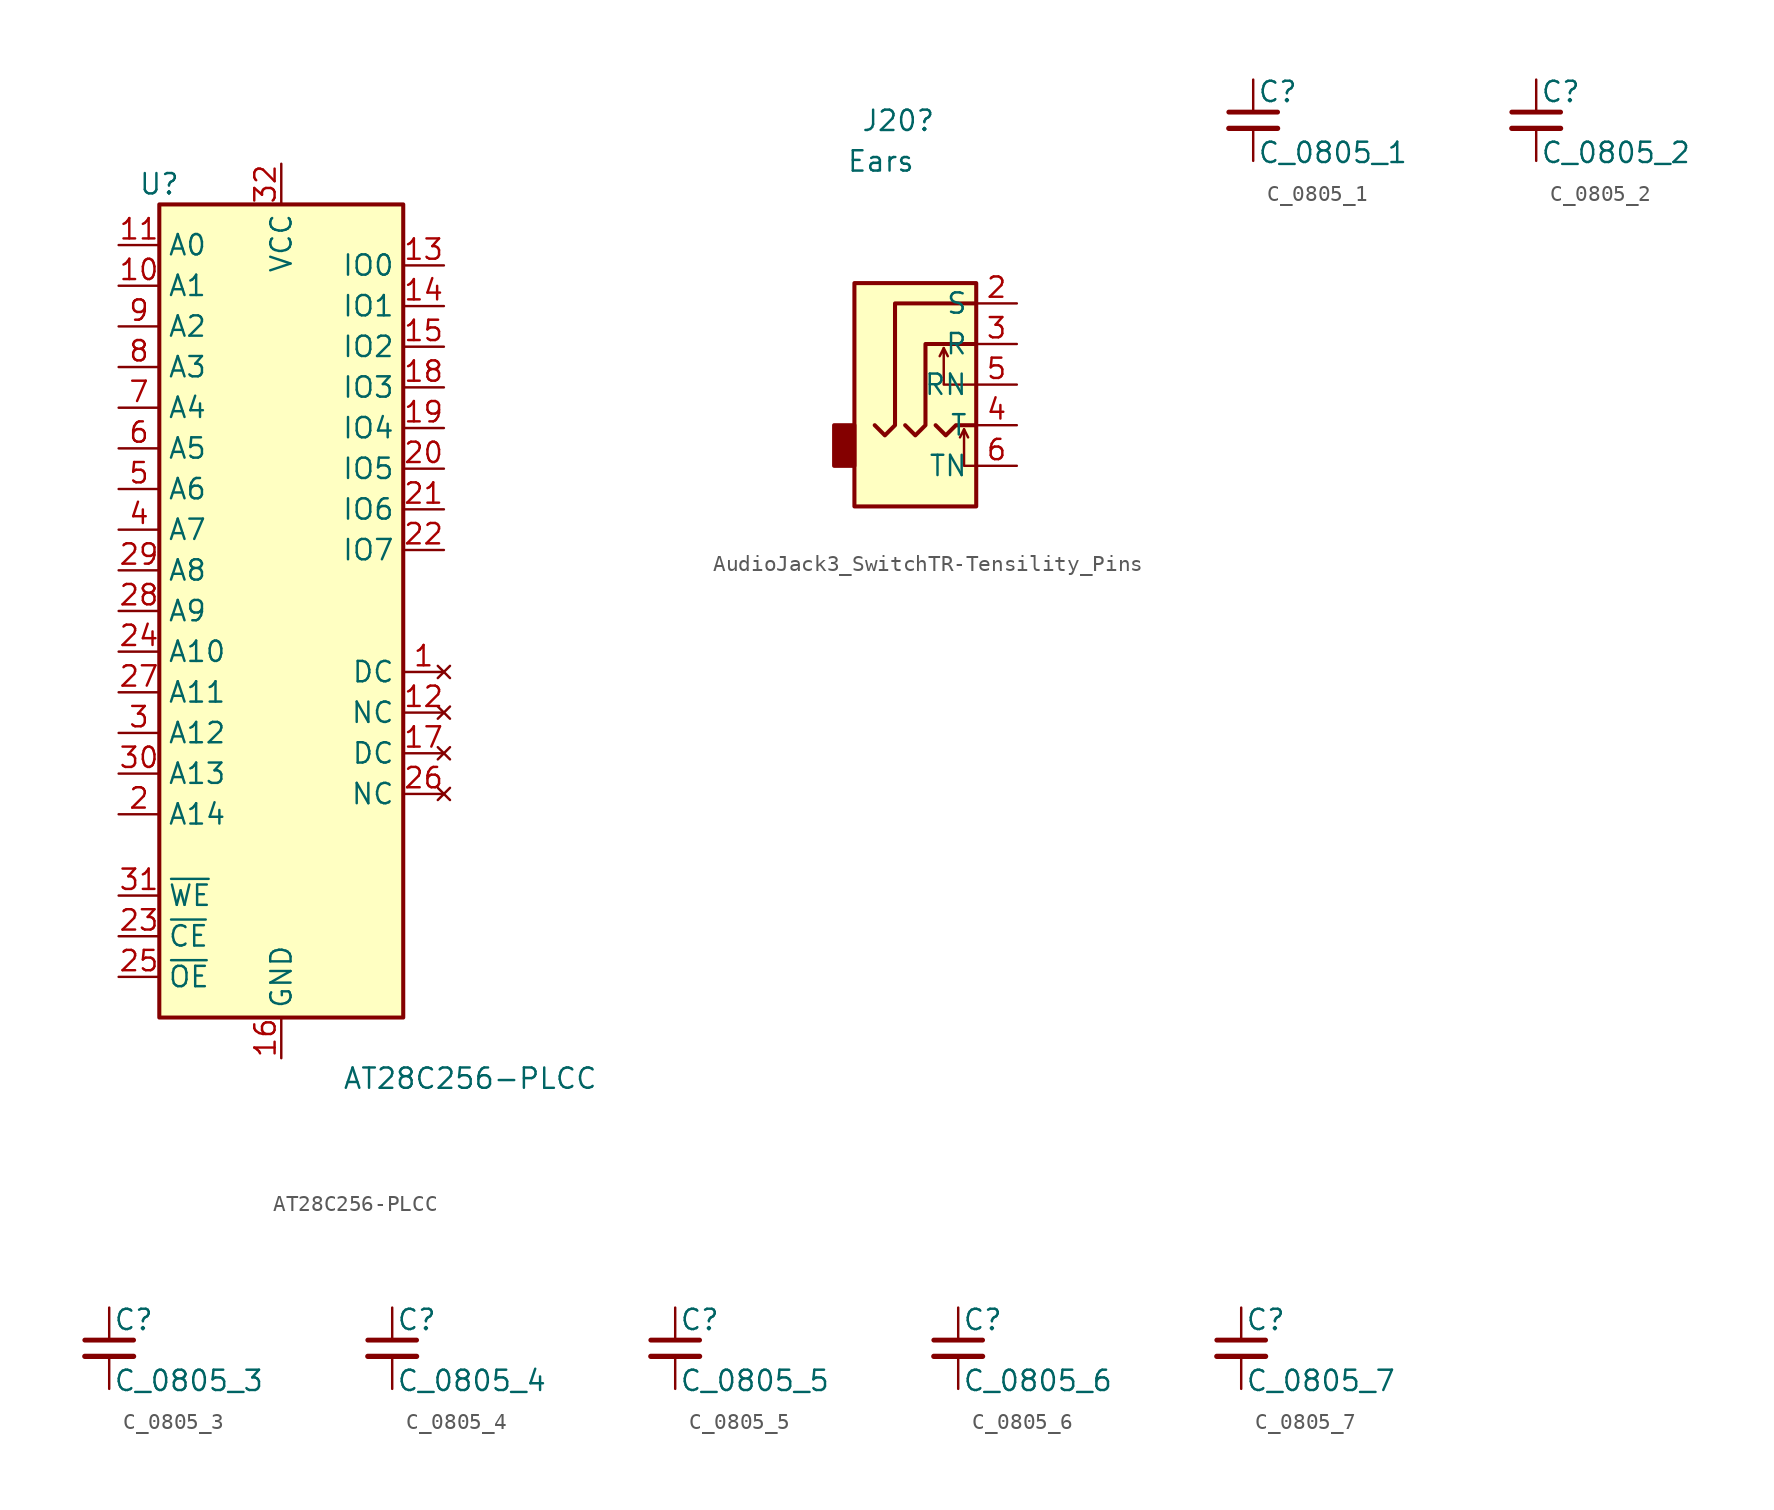
<source format=kicad_sym>
(kicad_symbol_lib
  (version 20220914)
  (generator kicad_symbol_editor)
  (symbol "AT28C256-PLCC"
    (property "Reference" "U"
      (at -7.62 26.67 0)
      (effects (font (size 1.27 1.27))))
    (property "Value" "AT28C256-PLCC"
      (at 3.81 -29.21 0)
      (effects (font (size 1.27 1.27)) (justify left)))
    (symbol "AT28C256-PLCC_1_1"
      (rectangle (start -7.62 25.4) (end 7.62 -25.4) (stroke (width 0.254) (type default)) (fill (type background)))
      (pin no_connect line (at 10.16 -3.81 180) (length 2.54) (name "DC" (effects (font (size 1.27 1.27)))) (number "1" (effects (font (size 1.27 1.27)))))
      (pin input line (at -10.16 20.32 0) (length 2.54) (name "A1" (effects (font (size 1.27 1.27)))) (number "10" (effects (font (size 1.27 1.27)))))
      (pin input line (at -10.16 22.86 0) (length 2.54) (name "A0" (effects (font (size 1.27 1.27)))) (number "11" (effects (font (size 1.27 1.27)))))
      (pin no_connect line (at 10.16 -6.35 180) (length 2.54) (name "NC" (effects (font (size 1.27 1.27)))) (number "12" (effects (font (size 1.27 1.27)))))
      (pin tri_state line (at 10.16 21.59 180) (length 2.54) (name "IO0" (effects (font (size 1.27 1.27)))) (number "13" (effects (font (size 1.27 1.27)))))
      (pin tri_state line (at 10.16 19.05 180) (length 2.54) (name "IO1" (effects (font (size 1.27 1.27)))) (number "14" (effects (font (size 1.27 1.27)))))
      (pin tri_state line (at 10.16 16.51 180) (length 2.54) (name "IO2" (effects (font (size 1.27 1.27)))) (number "15" (effects (font (size 1.27 1.27)))))
      (pin power_in line (at 0 -27.94 90) (length 2.54) (name "GND" (effects (font (size 1.27 1.27)))) (number "16" (effects (font (size 1.27 1.27)))))
      (pin no_connect line (at 10.16 -8.89 180) (length 2.54) (name "DC" (effects (font (size 1.27 1.27)))) (number "17" (effects (font (size 1.27 1.27)))))
      (pin tri_state line (at 10.16 13.97 180) (length 2.54) (name "IO3" (effects (font (size 1.27 1.27)))) (number "18" (effects (font (size 1.27 1.27)))))
      (pin tri_state line (at 10.16 11.43 180) (length 2.54) (name "IO4" (effects (font (size 1.27 1.27)))) (number "19" (effects (font (size 1.27 1.27)))))
      (pin input line (at -10.16 -12.7 0) (length 2.54) (name "A14" (effects (font (size 1.27 1.27)))) (number "2" (effects (font (size 1.27 1.27)))))
      (pin tri_state line (at 10.16 8.89 180) (length 2.54) (name "IO5" (effects (font (size 1.27 1.27)))) (number "20" (effects (font (size 1.27 1.27)))))
      (pin tri_state line (at 10.16 6.35 180) (length 2.54) (name "IO6" (effects (font (size 1.27 1.27)))) (number "21" (effects (font (size 1.27 1.27)))))
      (pin tri_state line (at 10.16 3.81 180) (length 2.54) (name "IO7" (effects (font (size 1.27 1.27)))) (number "22" (effects (font (size 1.27 1.27)))))
      (pin input line (at -10.16 -20.32 0) (length 2.54) (name "~{CE}" (effects (font (size 1.27 1.27)))) (number "23" (effects (font (size 1.27 1.27)))))
      (pin input line (at -10.16 -2.54 0) (length 2.54) (name "A10" (effects (font (size 1.27 1.27)))) (number "24" (effects (font (size 1.27 1.27)))))
      (pin input line (at -10.16 -22.86 0) (length 2.54) (name "~{OE}" (effects (font (size 1.27 1.27)))) (number "25" (effects (font (size 1.27 1.27)))))
      (pin no_connect line (at 10.16 -11.43 180) (length 2.54) (name "NC" (effects (font (size 1.27 1.27)))) (number "26" (effects (font (size 1.27 1.27)))))
      (pin input line (at -10.16 -5.08 0) (length 2.54) (name "A11" (effects (font (size 1.27 1.27)))) (number "27" (effects (font (size 1.27 1.27)))))
      (pin input line (at -10.16 0 0) (length 2.54) (name "A9" (effects (font (size 1.27 1.27)))) (number "28" (effects (font (size 1.27 1.27)))))
      (pin input line (at -10.16 2.54 0) (length 2.54) (name "A8" (effects (font (size 1.27 1.27)))) (number "29" (effects (font (size 1.27 1.27)))))
      (pin input line (at -10.16 -7.62 0) (length 2.54) (name "A12" (effects (font (size 1.27 1.27)))) (number "3" (effects (font (size 1.27 1.27)))))
      (pin input line (at -10.16 -10.16 0) (length 2.54) (name "A13" (effects (font (size 1.27 1.27)))) (number "30" (effects (font (size 1.27 1.27)))))
      (pin input line (at -10.16 -17.78 0) (length 2.54) (name "~{WE}" (effects (font (size 1.27 1.27)))) (number "31" (effects (font (size 1.27 1.27)))))
      (pin power_in line (at 0 27.94 270) (length 2.54) (name "VCC" (effects (font (size 1.27 1.27)))) (number "32" (effects (font (size 1.27 1.27)))))
      (pin input line (at -10.16 5.08 0) (length 2.54) (name "A7" (effects (font (size 1.27 1.27)))) (number "4" (effects (font (size 1.27 1.27)))))
      (pin input line (at -10.16 7.62 0) (length 2.54) (name "A6" (effects (font (size 1.27 1.27)))) (number "5" (effects (font (size 1.27 1.27)))))
      (pin input line (at -10.16 10.16 0) (length 2.54) (name "A5" (effects (font (size 1.27 1.27)))) (number "6" (effects (font (size 1.27 1.27)))))
      (pin input line (at -10.16 12.7 0) (length 2.54) (name "A4" (effects (font (size 1.27 1.27)))) (number "7" (effects (font (size 1.27 1.27)))))
      (pin input line (at -10.16 15.24 0) (length 2.54) (name "A3" (effects (font (size 1.27 1.27)))) (number "8" (effects (font (size 1.27 1.27)))))
      (pin input line (at -10.16 17.78 0) (length 2.54) (name "A2" (effects (font (size 1.27 1.27)))) (number "9" (effects (font (size 1.27 1.27)))))))
  (symbol "AudioJack3_SwitchTR-Tensility_Pins"
    (property "Reference" "J20"
      (at 0 13.97 0)
      (effects (font (size 1.27 1.27)) (justify right)))
    (property "Value" "Ears"
      (at -1.27 11.43 0)
      (effects (font (size 1.27 1.27)) (justify right)))
    (symbol "AudioJack3_SwitchTR-Tensility_Pins_0_1"
      (rectangle (start -5.08 -5.08) (end -6.35 -7.62) (stroke (width 0.254) (type default)) (fill (type outline)))
      (polyline (pts (xy 0.508 -0.254) (xy 0.762 -0.762)) (stroke (width 0) (type default)) (fill (type none)))
      (polyline (pts (xy 1.778 -5.334) (xy 2.032 -5.842)) (stroke (width 0) (type default)) (fill (type none)))
      (polyline (pts (xy 0 -5.08) (xy 0.635 -5.715) (xy 1.27 -5.08) (xy 2.54 -5.08)) (stroke (width 0.254) (type default)) (fill (type none)))
      (polyline (pts (xy 2.54 -7.62) (xy 1.778 -7.62) (xy 1.778 -5.334) (xy 1.524 -5.842)) (stroke (width 0) (type default)) (fill (type none)))
      (polyline (pts (xy 2.54 -2.54) (xy 0.508 -2.54) (xy 0.508 -0.254) (xy 0.254 -0.762)) (stroke (width 0) (type default)) (fill (type none)))
      (polyline (pts (xy -1.905 -5.08) (xy -1.27 -5.715) (xy -0.635 -5.08) (xy -0.635 0) (xy 2.54 0)) (stroke (width 0.254) (type default)) (fill (type none)))
      (polyline (pts (xy 2.54 2.54) (xy -2.54 2.54) (xy -2.54 -5.08) (xy -3.175 -5.715) (xy -3.81 -5.08)) (stroke (width 0.254) (type default)) (fill (type none)))
      (rectangle (start 2.54 3.81) (end -5.08 -10.16) (stroke (width 0.254) (type default)) (fill (type background))))
    (symbol "AudioJack3_SwitchTR-Tensility_Pins_1_1"
      (pin passive line (at 5.08 2.54 180) (length 2.54) (name "S" (effects (font (size 1.27 1.27)))) (number "2" (effects (font (size 1.27 1.27)))))
      (pin passive line (at 5.08 0 180) (length 2.54) (name "R" (effects (font (size 1.27 1.27)))) (number "3" (effects (font (size 1.27 1.27)))))
      (pin passive line (at 5.08 -5.08 180) (length 2.54) (name "T" (effects (font (size 1.27 1.27)))) (number "4" (effects (font (size 1.27 1.27)))))
      (pin passive line (at 5.08 -2.54 180) (length 2.54) (name "RN" (effects (font (size 1.27 1.27)))) (number "5" (effects (font (size 1.27 1.27)))))
      (pin passive line (at 5.08 -7.62 180) (length 2.54) (name "TN" (effects (font (size 1.27 1.27)))) (number "6" (effects (font (size 1.27 1.27)))))))
  (symbol "C_0805_1"
    (pin_numbers hide)
    (pin_names
      (offset 0.254) hide)
    (property "Reference" "C"
      (at 0.254 1.778 0)
      (effects (font (size 1.27 1.27)) (justify left)))
    (property "Value" "C_0805_1"
      (at 0.254 -2.032 0)
      (effects (font (size 1.27 1.27)) (justify left)))
    (symbol "C_0805_1_0_1"
      (polyline (pts (xy -1.524 -0.508) (xy 1.524 -0.508)) (stroke (width 0.33) (type default)) (fill (type none)))
      (polyline (pts (xy -1.524 0.508) (xy 1.524 0.508)) (stroke (width 0.305) (type default)) (fill (type none))))
    (symbol "C_0805_1_1_1"
      (pin passive line (at 0 2.54 270) (length 2.032) (name "~" (effects (font (size 1.27 1.27)))) (number "1" (effects (font (size 1.27 1.27)))))
      (pin passive line (at 0 -2.54 90) (length 2.032) (name "~" (effects (font (size 1.27 1.27)))) (number "2" (effects (font (size 1.27 1.27)))))))
  (symbol "C_0805_2"
    (pin_numbers hide)
    (pin_names
      (offset 0.254) hide)
    (property "Reference" "C"
      (at 0.254 1.778 0)
      (effects (font (size 1.27 1.27)) (justify left)))
    (property "Value" "C_0805_2"
      (at 0.254 -2.032 0)
      (effects (font (size 1.27 1.27)) (justify left)))
    (symbol "C_0805_2_0_1"
      (polyline (pts (xy -1.524 -0.508) (xy 1.524 -0.508)) (stroke (width 0.33) (type default)) (fill (type none)))
      (polyline (pts (xy -1.524 0.508) (xy 1.524 0.508)) (stroke (width 0.305) (type default)) (fill (type none))))
    (symbol "C_0805_2_1_1"
      (pin passive line (at 0 2.54 270) (length 2.032) (name "~" (effects (font (size 1.27 1.27)))) (number "1" (effects (font (size 1.27 1.27)))))
      (pin passive line (at 0 -2.54 90) (length 2.032) (name "~" (effects (font (size 1.27 1.27)))) (number "2" (effects (font (size 1.27 1.27)))))))
  (symbol "C_0805_3"
    (pin_numbers hide)
    (pin_names
      (offset 0.254) hide)
    (property "Reference" "C"
      (at 0.254 1.778 0)
      (effects (font (size 1.27 1.27)) (justify left)))
    (property "Value" "C_0805_3"
      (at 0.254 -2.032 0)
      (effects (font (size 1.27 1.27)) (justify left)))
    (symbol "C_0805_3_0_1"
      (polyline (pts (xy -1.524 -0.508) (xy 1.524 -0.508)) (stroke (width 0.33) (type default)) (fill (type none)))
      (polyline (pts (xy -1.524 0.508) (xy 1.524 0.508)) (stroke (width 0.305) (type default)) (fill (type none))))
    (symbol "C_0805_3_1_1"
      (pin passive line (at 0 2.54 270) (length 2.032) (name "~" (effects (font (size 1.27 1.27)))) (number "1" (effects (font (size 1.27 1.27)))))
      (pin passive line (at 0 -2.54 90) (length 2.032) (name "~" (effects (font (size 1.27 1.27)))) (number "2" (effects (font (size 1.27 1.27)))))))
  (symbol "C_0805_4"
    (pin_numbers hide)
    (pin_names
      (offset 0.254) hide)
    (property "Reference" "C"
      (at 0.254 1.778 0)
      (effects (font (size 1.27 1.27)) (justify left)))
    (property "Value" "C_0805_4"
      (at 0.254 -2.032 0)
      (effects (font (size 1.27 1.27)) (justify left)))
    (symbol "C_0805_4_0_1"
      (polyline (pts (xy -1.524 -0.508) (xy 1.524 -0.508)) (stroke (width 0.33) (type default)) (fill (type none)))
      (polyline (pts (xy -1.524 0.508) (xy 1.524 0.508)) (stroke (width 0.305) (type default)) (fill (type none))))
    (symbol "C_0805_4_1_1"
      (pin passive line (at 0 2.54 270) (length 2.032) (name "~" (effects (font (size 1.27 1.27)))) (number "1" (effects (font (size 1.27 1.27)))))
      (pin passive line (at 0 -2.54 90) (length 2.032) (name "~" (effects (font (size 1.27 1.27)))) (number "2" (effects (font (size 1.27 1.27)))))))
  (symbol "C_0805_5"
    (pin_numbers hide)
    (pin_names
      (offset 0.254) hide)
    (property "Reference" "C"
      (at 0.254 1.778 0)
      (effects (font (size 1.27 1.27)) (justify left)))
    (property "Value" "C_0805_5"
      (at 0.254 -2.032 0)
      (effects (font (size 1.27 1.27)) (justify left)))
    (symbol "C_0805_5_0_1"
      (polyline (pts (xy -1.524 -0.508) (xy 1.524 -0.508)) (stroke (width 0.33) (type default)) (fill (type none)))
      (polyline (pts (xy -1.524 0.508) (xy 1.524 0.508)) (stroke (width 0.305) (type default)) (fill (type none))))
    (symbol "C_0805_5_1_1"
      (pin passive line (at 0 2.54 270) (length 2.032) (name "~" (effects (font (size 1.27 1.27)))) (number "1" (effects (font (size 1.27 1.27)))))
      (pin passive line (at 0 -2.54 90) (length 2.032) (name "~" (effects (font (size 1.27 1.27)))) (number "2" (effects (font (size 1.27 1.27)))))))
  (symbol "C_0805_6"
    (pin_numbers hide)
    (pin_names
      (offset 0.254) hide)
    (property "Reference" "C"
      (at 0.254 1.778 0)
      (effects (font (size 1.27 1.27)) (justify left)))
    (property "Value" "C_0805_6"
      (at 0.254 -2.032 0)
      (effects (font (size 1.27 1.27)) (justify left)))
    (symbol "C_0805_6_0_1"
      (polyline (pts (xy -1.524 -0.508) (xy 1.524 -0.508)) (stroke (width 0.33) (type default)) (fill (type none)))
      (polyline (pts (xy -1.524 0.508) (xy 1.524 0.508)) (stroke (width 0.305) (type default)) (fill (type none))))
    (symbol "C_0805_6_1_1"
      (pin passive line (at 0 2.54 270) (length 2.032) (name "~" (effects (font (size 1.27 1.27)))) (number "1" (effects (font (size 1.27 1.27)))))
      (pin passive line (at 0 -2.54 90) (length 2.032) (name "~" (effects (font (size 1.27 1.27)))) (number "2" (effects (font (size 1.27 1.27)))))))
  (symbol "C_0805_7"
    (pin_numbers hide)
    (pin_names
      (offset 0.254) hide)
    (property "Reference" "C"
      (at 0.254 1.778 0)
      (effects (font (size 1.27 1.27)) (justify left)))
    (property "Value" "C_0805_7"
      (at 0.254 -2.032 0)
      (effects (font (size 1.27 1.27)) (justify left)))
    (symbol "C_0805_7_0_1"
      (polyline (pts (xy -1.524 -0.508) (xy 1.524 -0.508)) (stroke (width 0.33) (type default)) (fill (type none)))
      (polyline (pts (xy -1.524 0.508) (xy 1.524 0.508)) (stroke (width 0.305) (type default)) (fill (type none))))
    (symbol "C_0805_7_1_1"
      (pin passive line (at 0 2.54 270) (length 2.032) (name "~" (effects (font (size 1.27 1.27)))) (number "1" (effects (font (size 1.27 1.27)))))
      (pin passive line (at 0 -2.54 90) (length 2.032) (name "~" (effects (font (size 1.27 1.27)))) (number "2" (effects (font (size 1.27 1.27))))))))
</source>
